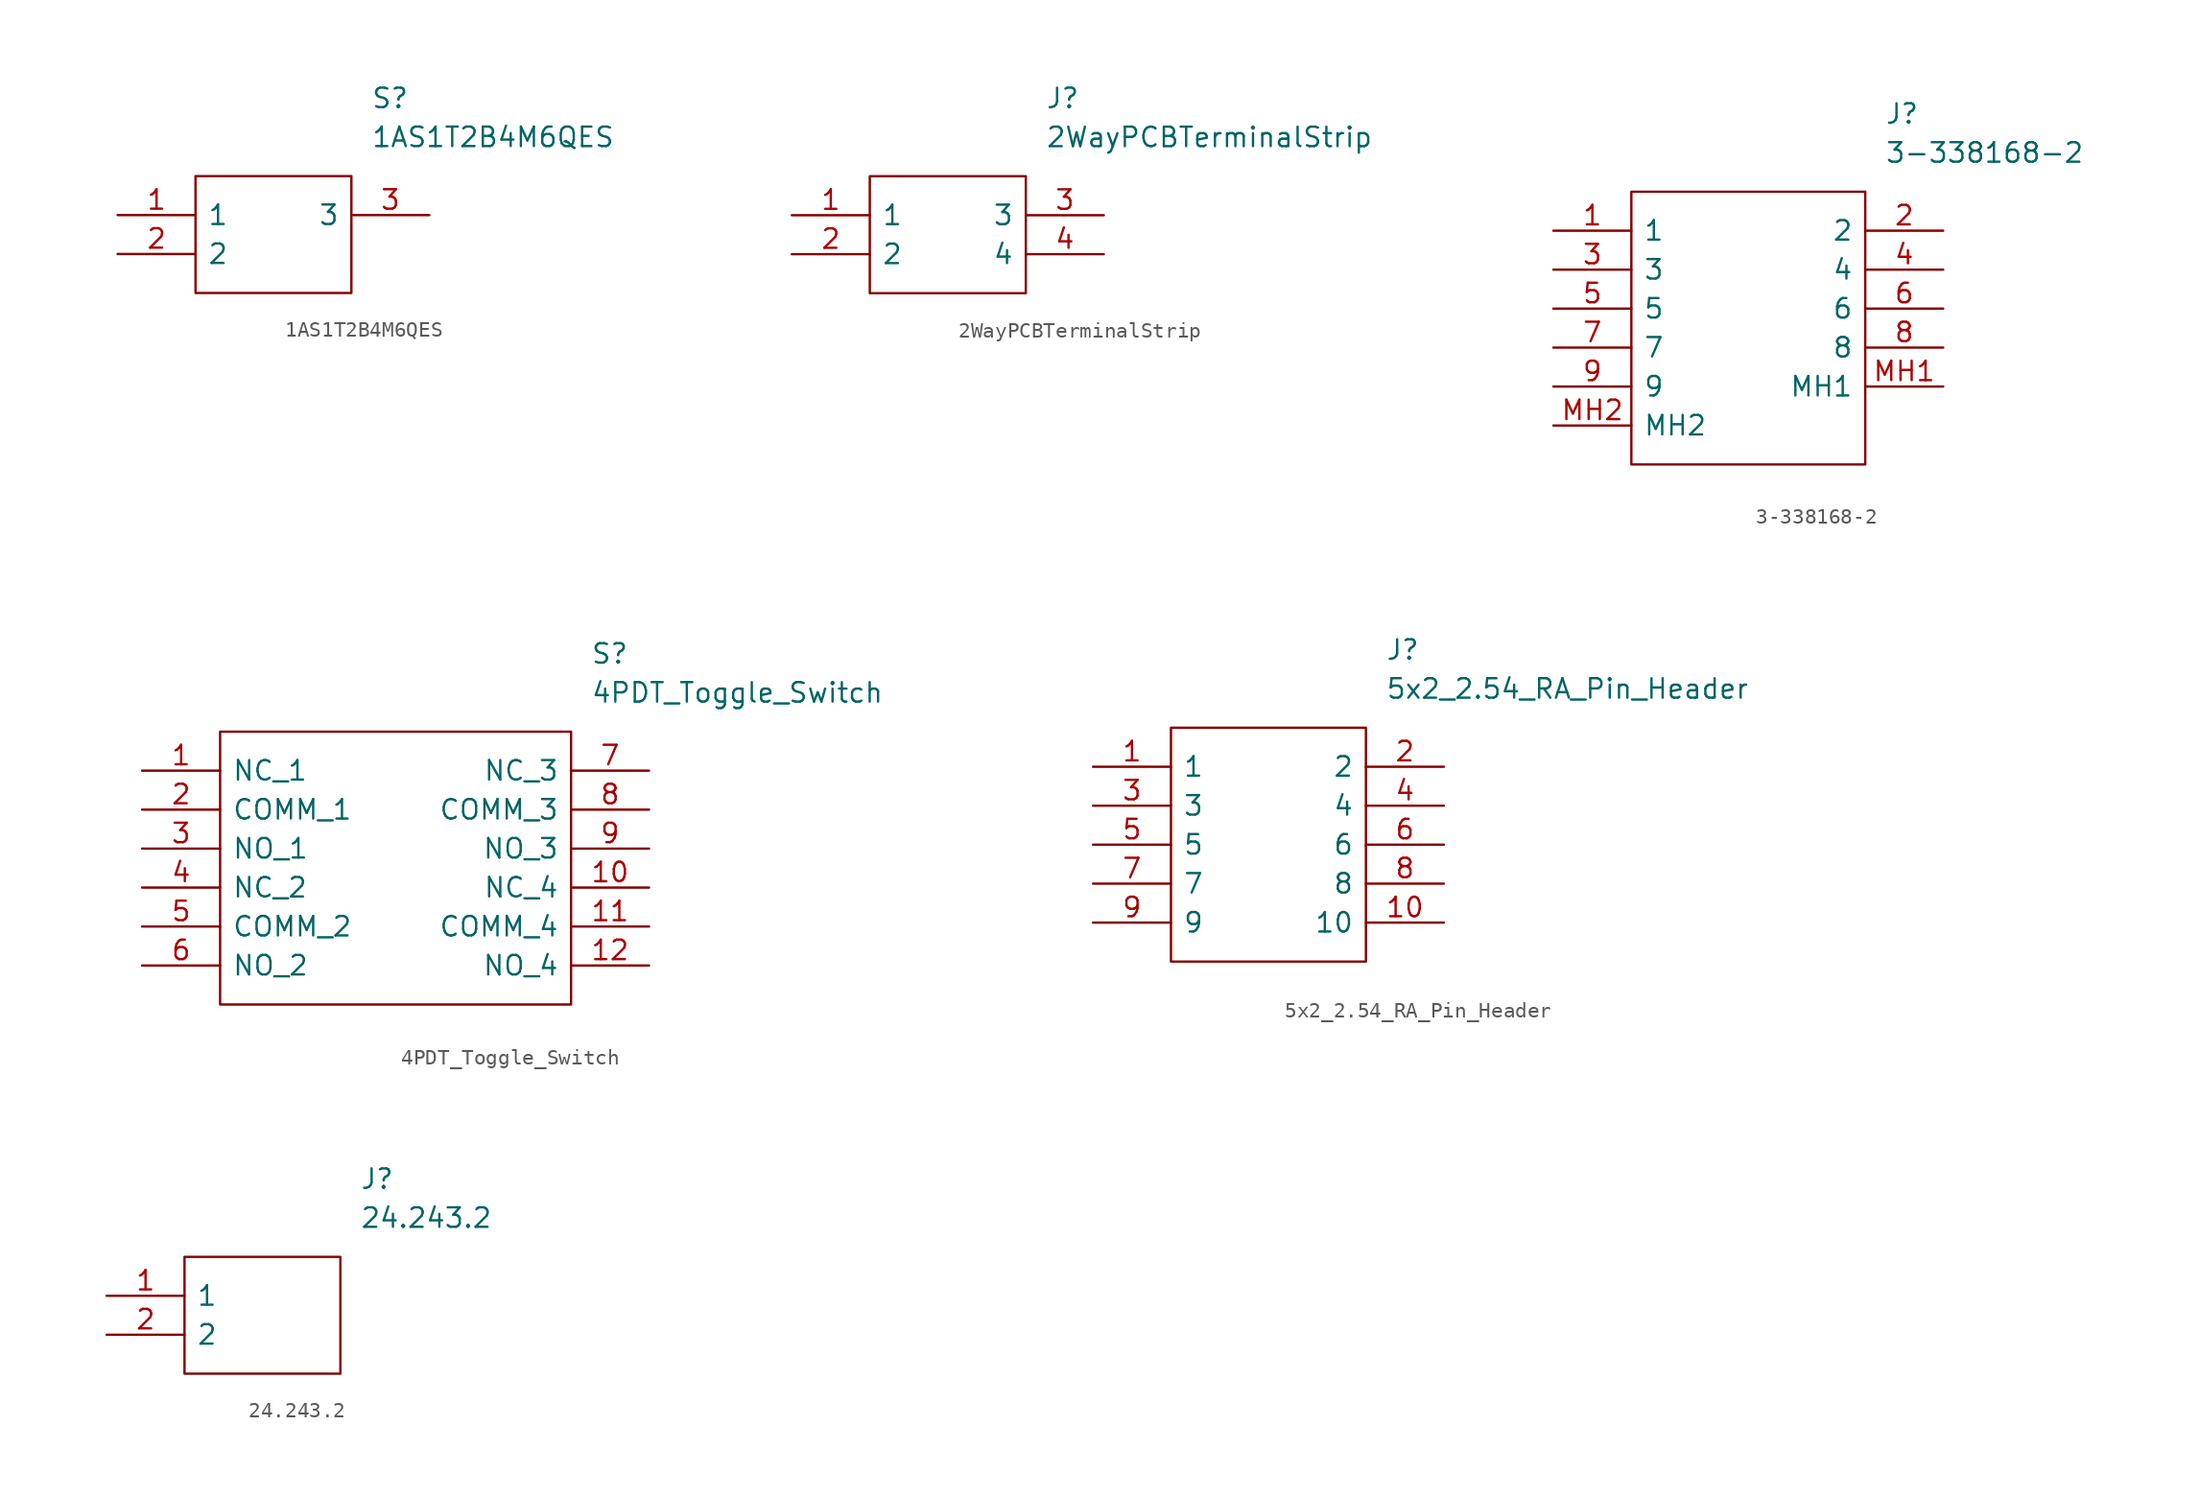
<source format=kicad_sym>
(kicad_symbol_lib
  (version 20220914)
  (generator kicad_symbol_editor)
  (symbol "1AS1T2B4M6QES"
    (pin_names
      (offset 0.762))
    (property "Reference" "S"
      (at 16.51 7.62 0)
      (effects (font (size 1.27 1.27)) (justify left)))
    (property "Value" "1AS1T2B4M6QES"
      (at 16.51 5.08 0)
      (effects (font (size 1.27 1.27)) (justify left)))
    (symbol "1AS1T2B4M6QES_0_0"
      (pin unspecified line (at 0 0 0) (length 5.08) (name "1" (effects (font (size 1.27 1.27)))) (number "1" (effects (font (size 1.27 1.27)))))
      (pin unspecified line (at 0 -2.54 0) (length 5.08) (name "2" (effects (font (size 1.27 1.27)))) (number "2" (effects (font (size 1.27 1.27)))))
      (pin unspecified line (at 20.32 0 180) (length 5.08) (name "3" (effects (font (size 1.27 1.27)))) (number "3" (effects (font (size 1.27 1.27))))))
    (symbol "1AS1T2B4M6QES_0_1"
      (polyline (pts (xy 5.08 2.54) (xy 15.24 2.54) (xy 15.24 -5.08) (xy 5.08 -5.08) (xy 5.08 2.54)) (stroke (width 0.152) (type default)) (fill (type none)))))
  (symbol "2WayPCBTerminalStrip"
    (pin_names
      (offset 0.762))
    (property "Reference" "J"
      (at 16.51 7.62 0)
      (effects (font (size 1.27 1.27)) (justify left)))
    (property "Value" "2WayPCBTerminalStrip"
      (at 16.51 5.08 0)
      (effects (font (size 1.27 1.27)) (justify left)))
    (symbol "2WayPCBTerminalStrip_0_0"
      (pin passive line (at 0 0 0) (length 5.08) (name "1" (effects (font (size 1.27 1.27)))) (number "1" (effects (font (size 1.27 1.27)))))
      (pin passive line (at 0 -2.54 0) (length 5.08) (name "2" (effects (font (size 1.27 1.27)))) (number "2" (effects (font (size 1.27 1.27)))))
      (pin passive line (at 20.32 0 180) (length 5.08) (name "3" (effects (font (size 1.27 1.27)))) (number "3" (effects (font (size 1.27 1.27)))))
      (pin passive line (at 20.32 -2.54 180) (length 5.08) (name "4" (effects (font (size 1.27 1.27)))) (number "4" (effects (font (size 1.27 1.27))))))
    (symbol "2WayPCBTerminalStrip_0_1"
      (polyline (pts (xy 5.08 2.54) (xy 15.24 2.54) (xy 15.24 -5.08) (xy 5.08 -5.08) (xy 5.08 2.54)) (stroke (width 0.152) (type default)) (fill (type none)))))
  (symbol "3-338168-2"
    (pin_names
      (offset 0.762))
    (property "Reference" "J"
      (at 21.59 7.62 0)
      (effects (font (size 1.27 1.27)) (justify left)))
    (property "Value" "3-338168-2"
      (at 21.59 5.08 0)
      (effects (font (size 1.27 1.27)) (justify left)))
    (symbol "3-338168-2_0_0"
      (pin bidirectional line (at 0 0 0) (length 5.08) (name "1" (effects (font (size 1.27 1.27)))) (number "1" (effects (font (size 1.27 1.27)))))
      (pin bidirectional line (at 25.4 0 180) (length 5.08) (name "2" (effects (font (size 1.27 1.27)))) (number "2" (effects (font (size 1.27 1.27)))))
      (pin bidirectional line (at 0 -2.54 0) (length 5.08) (name "3" (effects (font (size 1.27 1.27)))) (number "3" (effects (font (size 1.27 1.27)))))
      (pin bidirectional line (at 25.4 -2.54 180) (length 5.08) (name "4" (effects (font (size 1.27 1.27)))) (number "4" (effects (font (size 1.27 1.27)))))
      (pin bidirectional line (at 0 -5.08 0) (length 5.08) (name "5" (effects (font (size 1.27 1.27)))) (number "5" (effects (font (size 1.27 1.27)))))
      (pin bidirectional line (at 25.4 -5.08 180) (length 5.08) (name "6" (effects (font (size 1.27 1.27)))) (number "6" (effects (font (size 1.27 1.27)))))
      (pin bidirectional line (at 0 -7.62 0) (length 5.08) (name "7" (effects (font (size 1.27 1.27)))) (number "7" (effects (font (size 1.27 1.27)))))
      (pin bidirectional line (at 25.4 -7.62 180) (length 5.08) (name "8" (effects (font (size 1.27 1.27)))) (number "8" (effects (font (size 1.27 1.27)))))
      (pin bidirectional line (at 0 -10.16 0) (length 5.08) (name "9" (effects (font (size 1.27 1.27)))) (number "9" (effects (font (size 1.27 1.27)))))
      (pin passive line (at 25.4 -10.16 180) (length 5.08) (name "MH1" (effects (font (size 1.27 1.27)))) (number "MH1" (effects (font (size 1.27 1.27)))))
      (pin passive line (at 0 -12.7 0) (length 5.08) (name "MH2" (effects (font (size 1.27 1.27)))) (number "MH2" (effects (font (size 1.27 1.27))))))
    (symbol "3-338168-2_0_1"
      (polyline (pts (xy 5.08 2.54) (xy 20.32 2.54) (xy 20.32 -15.24) (xy 5.08 -15.24) (xy 5.08 2.54)) (stroke (width 0.152) (type default)) (fill (type none)))))
  (symbol "4PDT_Toggle_Switch"
    (pin_names
      (offset 0.762))
    (property "Reference" "S"
      (at 29.21 7.62 0)
      (effects (font (size 1.27 1.27)) (justify left)))
    (property "Value" "4PDT_Toggle_Switch"
      (at 29.21 5.08 0)
      (effects (font (size 1.27 1.27)) (justify left)))
    (symbol "4PDT_Toggle_Switch_0_0"
      (pin unspecified line (at 0 0 0) (length 5.08) (name "NC_1" (effects (font (size 1.27 1.27)))) (number "1" (effects (font (size 1.27 1.27)))))
      (pin unspecified line (at 33.02 -7.62 180) (length 5.08) (name "NC_4" (effects (font (size 1.27 1.27)))) (number "10" (effects (font (size 1.27 1.27)))))
      (pin unspecified line (at 33.02 -10.16 180) (length 5.08) (name "COMM_4" (effects (font (size 1.27 1.27)))) (number "11" (effects (font (size 1.27 1.27)))))
      (pin unspecified line (at 33.02 -12.7 180) (length 5.08) (name "NO_4" (effects (font (size 1.27 1.27)))) (number "12" (effects (font (size 1.27 1.27)))))
      (pin unspecified line (at 0 -2.54 0) (length 5.08) (name "COMM_1" (effects (font (size 1.27 1.27)))) (number "2" (effects (font (size 1.27 1.27)))))
      (pin unspecified line (at 0 -5.08 0) (length 5.08) (name "NO_1" (effects (font (size 1.27 1.27)))) (number "3" (effects (font (size 1.27 1.27)))))
      (pin unspecified line (at 0 -7.62 0) (length 5.08) (name "NC_2" (effects (font (size 1.27 1.27)))) (number "4" (effects (font (size 1.27 1.27)))))
      (pin unspecified line (at 0 -10.16 0) (length 5.08) (name "COMM_2" (effects (font (size 1.27 1.27)))) (number "5" (effects (font (size 1.27 1.27)))))
      (pin unspecified line (at 0 -12.7 0) (length 5.08) (name "NO_2" (effects (font (size 1.27 1.27)))) (number "6" (effects (font (size 1.27 1.27)))))
      (pin unspecified line (at 33.02 0 180) (length 5.08) (name "NC_3" (effects (font (size 1.27 1.27)))) (number "7" (effects (font (size 1.27 1.27)))))
      (pin unspecified line (at 33.02 -2.54 180) (length 5.08) (name "COMM_3" (effects (font (size 1.27 1.27)))) (number "8" (effects (font (size 1.27 1.27)))))
      (pin unspecified line (at 33.02 -5.08 180) (length 5.08) (name "NO_3" (effects (font (size 1.27 1.27)))) (number "9" (effects (font (size 1.27 1.27))))))
    (symbol "4PDT_Toggle_Switch_0_1"
      (polyline (pts (xy 5.08 2.54) (xy 27.94 2.54) (xy 27.94 -15.24) (xy 5.08 -15.24) (xy 5.08 2.54)) (stroke (width 0.152) (type default)) (fill (type none)))))
  (symbol "5x2_2.54_RA_Pin_Header"
    (pin_names
      (offset 0.762))
    (property "Reference" "J"
      (at 19.05 7.62 0)
      (effects (font (size 1.27 1.27)) (justify left)))
    (property "Value" "5x2_2.54_RA_Pin_Header"
      (at 19.05 5.08 0)
      (effects (font (size 1.27 1.27)) (justify left)))
    (symbol "5x2_2.54_RA_Pin_Header_0_0"
      (pin bidirectional line (at 0 0 0) (length 5.08) (name "1" (effects (font (size 1.27 1.27)))) (number "1" (effects (font (size 1.27 1.27)))))
      (pin bidirectional line (at 22.86 -10.16 180) (length 5.08) (name "10" (effects (font (size 1.27 1.27)))) (number "10" (effects (font (size 1.27 1.27)))))
      (pin bidirectional line (at 22.86 0 180) (length 5.08) (name "2" (effects (font (size 1.27 1.27)))) (number "2" (effects (font (size 1.27 1.27)))))
      (pin bidirectional line (at 0 -2.54 0) (length 5.08) (name "3" (effects (font (size 1.27 1.27)))) (number "3" (effects (font (size 1.27 1.27)))))
      (pin bidirectional line (at 22.86 -2.54 180) (length 5.08) (name "4" (effects (font (size 1.27 1.27)))) (number "4" (effects (font (size 1.27 1.27)))))
      (pin bidirectional line (at 0 -5.08 0) (length 5.08) (name "5" (effects (font (size 1.27 1.27)))) (number "5" (effects (font (size 1.27 1.27)))))
      (pin bidirectional line (at 22.86 -5.08 180) (length 5.08) (name "6" (effects (font (size 1.27 1.27)))) (number "6" (effects (font (size 1.27 1.27)))))
      (pin bidirectional line (at 0 -7.62 0) (length 5.08) (name "7" (effects (font (size 1.27 1.27)))) (number "7" (effects (font (size 1.27 1.27)))))
      (pin bidirectional line (at 22.86 -7.62 180) (length 5.08) (name "8" (effects (font (size 1.27 1.27)))) (number "8" (effects (font (size 1.27 1.27)))))
      (pin bidirectional line (at 0 -10.16 0) (length 5.08) (name "9" (effects (font (size 1.27 1.27)))) (number "9" (effects (font (size 1.27 1.27))))))
    (symbol "5x2_2.54_RA_Pin_Header_0_1"
      (polyline (pts (xy 5.08 2.54) (xy 17.78 2.54) (xy 17.78 -12.7) (xy 5.08 -12.7) (xy 5.08 2.54)) (stroke (width 0.152) (type default)) (fill (type none)))))
  (symbol "24.243.2"
    (pin_names
      (offset 0.762))
    (property "Reference" "J"
      (at 16.51 7.62 0)
      (effects (font (size 1.27 1.27)) (justify left)))
    (property "Value" "24.243.2"
      (at 16.51 5.08 0)
      (effects (font (size 1.27 1.27)) (justify left)))
    (symbol "24.243.2_0_0"
      (pin unspecified line (at 0 0 0) (length 5.08) (name "1" (effects (font (size 1.27 1.27)))) (number "1" (effects (font (size 1.27 1.27)))))
      (pin unspecified line (at 0 -2.54 0) (length 5.08) (name "2" (effects (font (size 1.27 1.27)))) (number "2" (effects (font (size 1.27 1.27))))))
    (symbol "24.243.2_0_1"
      (polyline (pts (xy 5.08 2.54) (xy 15.24 2.54) (xy 15.24 -5.08) (xy 5.08 -5.08) (xy 5.08 2.54)) (stroke (width 0.152) (type default)) (fill (type none))))))
</source>
